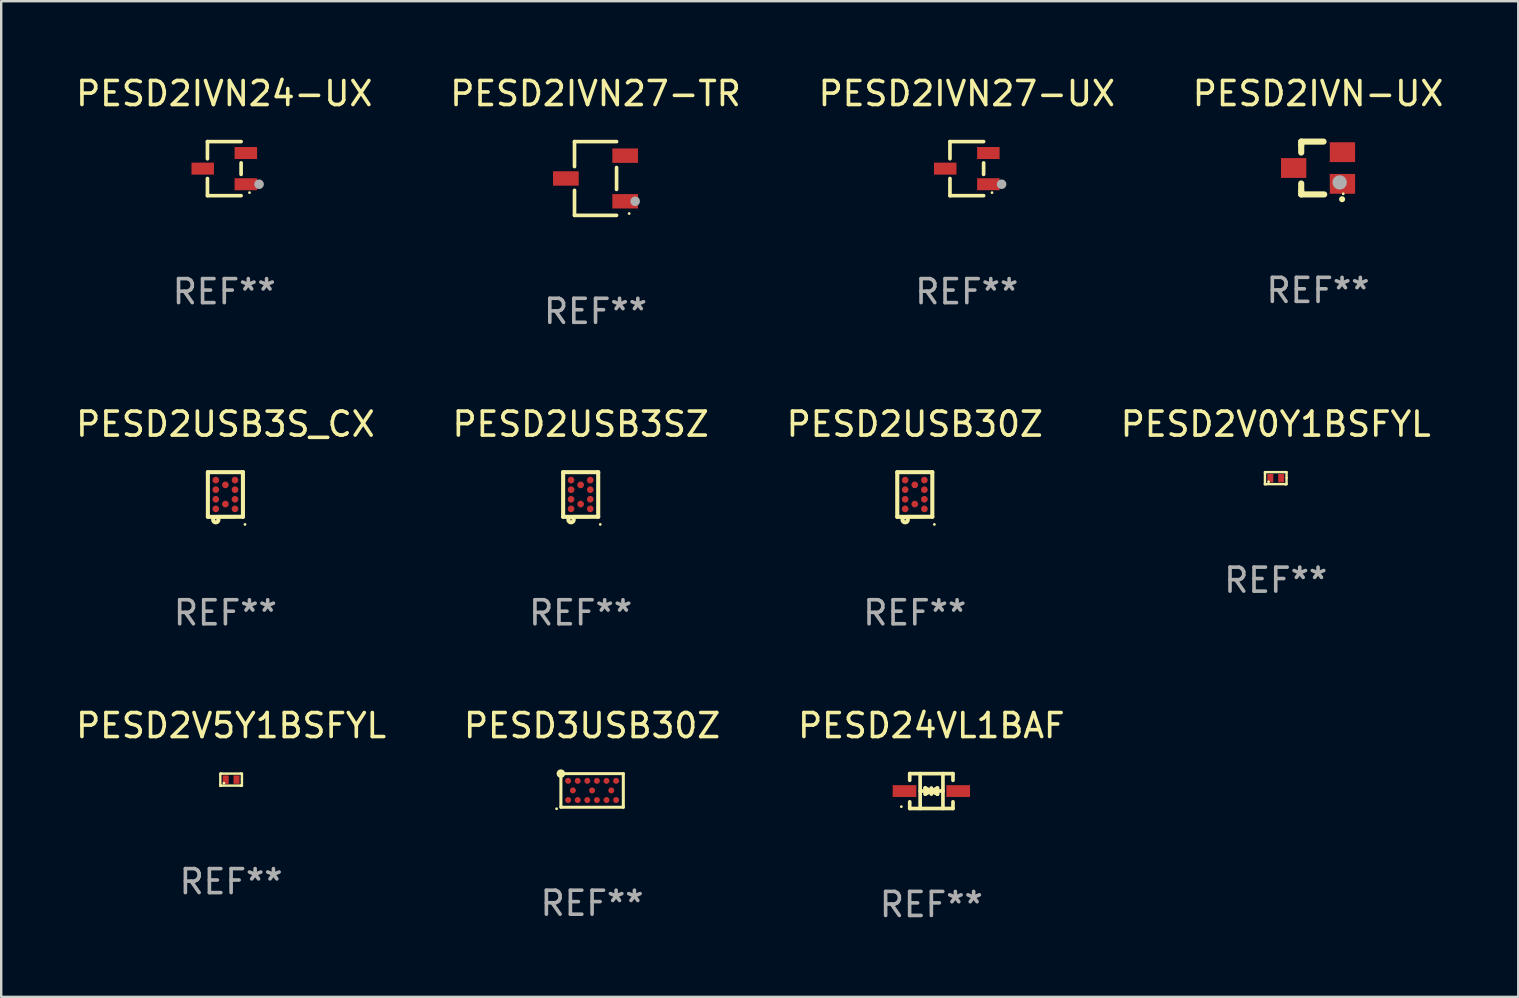
<source format=kicad_pcb>
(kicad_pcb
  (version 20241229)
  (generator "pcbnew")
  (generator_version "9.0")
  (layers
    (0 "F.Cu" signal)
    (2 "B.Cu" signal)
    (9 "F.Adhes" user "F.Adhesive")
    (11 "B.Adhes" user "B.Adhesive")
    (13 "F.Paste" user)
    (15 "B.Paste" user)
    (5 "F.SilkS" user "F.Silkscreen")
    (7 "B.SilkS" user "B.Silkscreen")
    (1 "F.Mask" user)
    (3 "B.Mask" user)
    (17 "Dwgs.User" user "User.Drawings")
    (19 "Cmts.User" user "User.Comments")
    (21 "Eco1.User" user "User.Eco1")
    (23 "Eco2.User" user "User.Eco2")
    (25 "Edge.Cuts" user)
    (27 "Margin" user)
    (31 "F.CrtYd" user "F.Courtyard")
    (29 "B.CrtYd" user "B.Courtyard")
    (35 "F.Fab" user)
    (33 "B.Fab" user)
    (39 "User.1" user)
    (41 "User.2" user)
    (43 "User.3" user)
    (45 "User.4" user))
  (footprint "PESD2USB30Z"
    (layer "F.Cu")
    (at 35.054 17.547)
    (property "Reference" "PESD2USB30Z" (at 0 -2.93 0) (layer "F.SilkS") (effects (font (size 1 1) (thickness 0.15))))
    (attr through_hole)
    (fp_line (start -0.731 -0.93) (end 0.731 -0.93) (stroke (width 0.17) (type solid)) (layer "F.SilkS"))
    (fp_line (start -0.73 0.93) (end -0.73 -0.93) (stroke (width 0.17) (type solid)) (layer "F.SilkS"))
    (fp_line (start 0.73 -0.93) (end 0.73 0.929) (stroke (width 0.17) (type solid)) (layer "F.SilkS"))
    (fp_line (start 0.73 0.929) (end -0.73 0.93) (stroke (width 0.17) (type solid)) (layer "F.SilkS"))
    (fp_circle (center -0.401 1.05) (end -0.289 1.05) (stroke (width 0.17) (type solid)) (fill no) (layer "F.SilkS"))
    (fp_circle (center 0.816 1.247) (end 0.846 1.247) (stroke (width 0.06) (type solid)) (fill no) (layer "F.SilkS"))
    (fp_text user "REF**" (at 0 4.93 0) (layer "F.Fab") (effects (font (size 1 1) (thickness 0.15))))
    (pad "A1" smd circle (at -0.401 0.6) (size 0.28 0.28) (layers "F.Cu" "F.Mask" "F.Paste"))
    (pad "A2" smd circle (at -0.401 0.2) (size 0.28 0.28) (layers "F.Cu" "F.Mask" "F.Paste"))
    (pad "A3" smd circle (at -0.401 -0.2) (size 0.28 0.28) (layers "F.Cu" "F.Mask" "F.Paste"))
    (pad "A4" smd circle (at -0.401 -0.6) (size 0.28 0.28) (layers "F.Cu" "F.Mask" "F.Paste"))
    (pad "B1" smd circle (at -0.000457 0.4) (size 0.28 0.28) (layers "F.Cu" "F.Mask" "F.Paste"))
    (pad "B2" smd circle (at -0.001 -0.4) (size 0.28 0.28) (layers "F.Cu" "F.Mask" "F.Paste"))
    (pad "C1" smd circle (at 0.4 0.6) (size 0.28 0.28) (layers "F.Cu" "F.Mask" "F.Paste"))
    (pad "C2" smd circle (at 0.4 0.2) (size 0.28 0.28) (layers "F.Cu" "F.Mask" "F.Paste"))
    (pad "C3" smd circle (at 0.4 -0.2) (size 0.28 0.28) (layers "F.Cu" "F.Mask" "F.Paste"))
    (pad "C4" smd circle (at 0.4 -0.6) (size 0.28 0.28) (layers "F.Cu" "F.Mask" "F.Paste")))
  (footprint "PESD2USB3SZ"
    (layer "F.Cu")
    (at 21.137 17.547)
    (property "Reference" "PESD2USB3SZ" (at 0 -2.93 0) (layer "F.SilkS") (effects (font (size 1 1) (thickness 0.15))))
    (attr through_hole)
    (fp_line (start -0.731 -0.93) (end 0.731 -0.93) (stroke (width 0.17) (type solid)) (layer "F.SilkS"))
    (fp_line (start -0.73 0.93) (end -0.73 -0.93) (stroke (width 0.17) (type solid)) (layer "F.SilkS"))
    (fp_line (start 0.73 -0.93) (end 0.73 0.929) (stroke (width 0.17) (type solid)) (layer "F.SilkS"))
    (fp_line (start 0.73 0.929) (end -0.73 0.93) (stroke (width 0.17) (type solid)) (layer "F.SilkS"))
    (fp_circle (center -0.401 1.05) (end -0.289 1.05) (stroke (width 0.17) (type solid)) (fill no) (layer "F.SilkS"))
    (fp_circle (center 0.816 1.247) (end 0.846 1.247) (stroke (width 0.06) (type solid)) (fill no) (layer "F.SilkS"))
    (fp_text user "REF**" (at 0 4.93 0) (layer "F.Fab") (effects (font (size 1 1) (thickness 0.15))))
    (pad "A1" smd circle (at -0.401 0.6) (size 0.28 0.28) (layers "F.Cu" "F.Mask" "F.Paste"))
    (pad "A2" smd circle (at -0.401 0.2) (size 0.28 0.28) (layers "F.Cu" "F.Mask" "F.Paste"))
    (pad "A3" smd circle (at -0.401 -0.2) (size 0.28 0.28) (layers "F.Cu" "F.Mask" "F.Paste"))
    (pad "A4" smd circle (at -0.401 -0.6) (size 0.28 0.28) (layers "F.Cu" "F.Mask" "F.Paste"))
    (pad "B1" smd circle (at -0.000457 0.4) (size 0.28 0.28) (layers "F.Cu" "F.Mask" "F.Paste"))
    (pad "B2" smd circle (at -0.001 -0.4) (size 0.28 0.28) (layers "F.Cu" "F.Mask" "F.Paste"))
    (pad "C1" smd circle (at 0.4 0.6) (size 0.28 0.28) (layers "F.Cu" "F.Mask" "F.Paste"))
    (pad "C2" smd circle (at 0.4 0.2) (size 0.28 0.28) (layers "F.Cu" "F.Mask" "F.Paste"))
    (pad "C3" smd circle (at 0.4 -0.2) (size 0.28 0.28) (layers "F.Cu" "F.Mask" "F.Paste"))
    (pad "C4" smd circle (at 0.4 -0.6) (size 0.28 0.28) (layers "F.Cu" "F.Mask" "F.Paste")))
  (footprint "PESD2IVN-UX"
    (layer "F.Cu")
    (at 51.851 3.948)
    (property "Reference" "PESD2IVN-UX" (at 0 -3.1 0) (layer "F.SilkS") (effects (font (size 1 1) (thickness 0.15))))
    (attr through_hole)
    (fp_line (start -0.701 -0.95) (end -0.701 -1.1) (stroke (width 0.254) (type solid)) (layer "F.SilkS"))
    (fp_line (start -0.701 -0.644) (end -0.701 -0.95) (stroke (width 0.254) (type solid)) (layer "F.SilkS"))
    (fp_line (start -0.701 0.95) (end -0.701 0.644) (stroke (width 0.254) (type solid)) (layer "F.SilkS"))
    (fp_line (start -0.701 0.95) (end -0.701 1.1) (stroke (width 0.254) (type solid)) (layer "F.SilkS"))
    (fp_line (start -0.7 -1.1) (end 0.23 -1.1) (stroke (width 0.254) (type solid)) (layer "F.SilkS"))
    (fp_line (start -0.7 1.1) (end 0.258 1.1) (stroke (width 0.254) (type solid)) (layer "F.SilkS"))
    (fp_arc (start 1 1.3) (mid 1.00127 1.299994) (end 1.00254 1.3) (stroke (width 0.24892) (type solid)) (layer "F.SilkS"))
    (fp_circle (center 1.05 1.075) (end 1.08 1.075) (stroke (width 0.06) (type solid)) (fill no) (layer "F.SilkS"))
    (fp_circle (center 0.9 0.6) (end 1.05 0.6) (stroke (width 0.3) (type solid)) (fill no) (layer "F.Fab"))
    (fp_text user "REF**" (at 0 5.1 0) (layer "F.Fab") (effects (font (size 1 1) (thickness 0.15))))
    (pad "1" smd rect (at 1.016 0.66) (size 1.054 0.826) (layers "F.Cu" "F.Mask" "F.Paste"))
    (pad "2" smd rect (at 1.016 -0.66) (size 1.054 0.826) (layers "F.Cu" "F.Mask" "F.Paste"))
    (pad "3" smd rect (at -1.016 0) (size 1.054 0.826) (layers "F.Cu" "F.Mask" "F.Paste")))
  (footprint "PESD2IVN24-UX"
    (layer "F.Cu")
    (at 6.292 3.974)
    (property "Reference" "PESD2IVN24-UX" (at 0 -3.126 0) (layer "F.SilkS") (effects (font (size 1 1) (thickness 0.15))))
    (attr through_hole)
    (fp_line (start -0.701 -1.126) (end -0.701 -0.411) (stroke (width 0.152) (type solid)) (layer "F.SilkS"))
    (fp_line (start -0.701 1.126) (end -0.701 0.411) (stroke (width 0.152) (type solid)) (layer "F.SilkS"))
    (fp_line (start 0.701 -1.126) (end -0.701 -1.126) (stroke (width 0.152) (type solid)) (layer "F.SilkS"))
    (fp_line (start 0.701 -0.239) (end 0.701 0.239) (stroke (width 0.152) (type solid)) (layer "F.SilkS"))
    (fp_line (start 0.701 1.126) (end -0.701 1.126) (stroke (width 0.152) (type solid)) (layer "F.SilkS"))
    (fp_circle (center 1.05 1) (end 1.08 1) (stroke (width 0.06) (type solid)) (fill no) (layer "F.SilkS"))
    (fp_circle (center 1.45 0.65) (end 1.55 0.65) (stroke (width 0.2) (type solid)) (fill no) (layer "F.Fab"))
    (fp_text user "REF**" (at 0 5.126 0) (layer "F.Fab") (effects (font (size 1 1) (thickness 0.15))))
    (pad "1" smd rect (at 0.898 0.65) (size 0.936 0.5) (layers "F.Cu" "F.Mask" "F.Paste"))
    (pad "2" smd rect (at 0.898 -0.65) (size 0.936 0.5) (layers "F.Cu" "F.Mask" "F.Paste"))
    (pad "3" smd rect (at -0.898 0) (size 0.936 0.5) (layers "F.Cu" "F.Mask" "F.Paste")))
  (footprint "PESD2V0Y1BSFYL"
    (layer "F.Cu")
    (at 50.089 16.867)
    (property "Reference" "PESD2V0Y1BSFYL" (at 0 -2.25 0) (layer "F.SilkS") (effects (font (size 1 1) (thickness 0.15))))
    (attr through_hole)
    (fp_line (start -0.45 -0.25) (end -0.45 0.25) (stroke (width 0.1) (type solid)) (layer "F.SilkS"))
    (fp_line (start -0.45 0.25) (end -0.45 0.25) (stroke (width 0.1) (type solid)) (layer "F.SilkS"))
    (fp_line (start -0.4 -0.25) (end -0.45 -0.25) (stroke (width 0.1) (type solid)) (layer "F.SilkS"))
    (fp_line (start -0.4 -0.25) (end 0.4 -0.25) (stroke (width 0.1) (type solid)) (layer "F.SilkS"))
    (fp_line (start -0.4 0.25) (end -0.45 0.25) (stroke (width 0.1) (type solid)) (layer "F.SilkS"))
    (fp_line (start -0.4 0.25) (end 0.4 0.25) (stroke (width 0.1) (type solid)) (layer "F.SilkS"))
    (fp_line (start 0.4 -0.25) (end 0.45 -0.25) (stroke (width 0.1) (type solid)) (layer "F.SilkS"))
    (fp_line (start 0.4 0.25) (end 0.4 0.25) (stroke (width 0.1) (type solid)) (layer "F.SilkS"))
    (fp_line (start 0.45 -0.25) (end 0.45 -0.018) (stroke (width 0.1) (type solid)) (layer "F.SilkS"))
    (fp_line (start 0.45 -0.018) (end 0.45 0.25) (stroke (width 0.1) (type solid)) (layer "F.SilkS"))
    (fp_line (start 0.45 0.25) (end 0.4 0.25) (stroke (width 0.1) (type solid)) (layer "F.SilkS"))
    (fp_circle (center -0.3 0.15) (end -0.27 0.15) (stroke (width 0.06) (type solid)) (fill no) (layer "F.SilkS"))
    (fp_text user "REF**" (at 0 4.25 0) (layer "F.Fab") (effects (font (size 1 1) (thickness 0.15))))
    (pad "1" smd rect (at -0.225 0) (size 0.25 0.35) (layers "F.Cu" "F.Mask" "F.Paste"))
    (pad "2" smd rect (at 0.225 0) (size 0.25 0.35) (layers "F.Cu" "F.Mask" "F.Paste")))
  (footprint "PESD2V5Y1BSFYL"
    (layer "F.Cu")
    (at 6.577 29.424)
    (property "Reference" "PESD2V5Y1BSFYL" (at 0 -2.25 0) (layer "F.SilkS") (effects (font (size 1 1) (thickness 0.15))))
    (attr through_hole)
    (fp_line (start -0.45 -0.25) (end -0.45 0.25) (stroke (width 0.1) (type solid)) (layer "F.SilkS"))
    (fp_line (start -0.45 0.25) (end -0.45 0.25) (stroke (width 0.1) (type solid)) (layer "F.SilkS"))
    (fp_line (start -0.4 -0.25) (end -0.45 -0.25) (stroke (width 0.1) (type solid)) (layer "F.SilkS"))
    (fp_line (start -0.4 -0.25) (end 0.4 -0.25) (stroke (width 0.1) (type solid)) (layer "F.SilkS"))
    (fp_line (start -0.4 0.25) (end -0.45 0.25) (stroke (width 0.1) (type solid)) (layer "F.SilkS"))
    (fp_line (start -0.4 0.25) (end 0.4 0.25) (stroke (width 0.1) (type solid)) (layer "F.SilkS"))
    (fp_line (start 0.4 -0.25) (end 0.45 -0.25) (stroke (width 0.1) (type solid)) (layer "F.SilkS"))
    (fp_line (start 0.4 0.25) (end 0.4 0.25) (stroke (width 0.1) (type solid)) (layer "F.SilkS"))
    (fp_line (start 0.45 -0.25) (end 0.45 -0.018) (stroke (width 0.1) (type solid)) (layer "F.SilkS"))
    (fp_line (start 0.45 -0.018) (end 0.45 0.25) (stroke (width 0.1) (type solid)) (layer "F.SilkS"))
    (fp_line (start 0.45 0.25) (end 0.4 0.25) (stroke (width 0.1) (type solid)) (layer "F.SilkS"))
    (fp_circle (center -0.3 0.15) (end -0.27 0.15) (stroke (width 0.06) (type solid)) (fill no) (layer "F.SilkS"))
    (fp_text user "REF**" (at 0 4.25 0) (layer "F.Fab") (effects (font (size 1 1) (thickness 0.15))))
    (pad "1" smd rect (at -0.225 0) (size 0.25 0.35) (layers "F.Cu" "F.Mask" "F.Paste"))
    (pad "2" smd rect (at 0.225 0) (size 0.25 0.35) (layers "F.Cu" "F.Mask" "F.Paste")))
  (footprint "PESD2IVN27-UX"
    (layer "F.Cu")
    (at 37.22 3.974)
    (property "Reference" "PESD2IVN27-UX" (at 0 -3.126 0) (layer "F.SilkS") (effects (font (size 1 1) (thickness 0.15))))
    (attr through_hole)
    (fp_line (start -0.701 -1.126) (end -0.701 -0.411) (stroke (width 0.152) (type solid)) (layer "F.SilkS"))
    (fp_line (start -0.701 1.126) (end -0.701 0.411) (stroke (width 0.152) (type solid)) (layer "F.SilkS"))
    (fp_line (start 0.701 -1.126) (end -0.701 -1.126) (stroke (width 0.152) (type solid)) (layer "F.SilkS"))
    (fp_line (start 0.701 -0.239) (end 0.701 0.239) (stroke (width 0.152) (type solid)) (layer "F.SilkS"))
    (fp_line (start 0.701 1.126) (end -0.701 1.126) (stroke (width 0.152) (type solid)) (layer "F.SilkS"))
    (fp_circle (center 1.05 1) (end 1.08 1) (stroke (width 0.06) (type solid)) (fill no) (layer "F.SilkS"))
    (fp_circle (center 1.45 0.65) (end 1.55 0.65) (stroke (width 0.2) (type solid)) (fill no) (layer "F.Fab"))
    (fp_text user "REF**" (at 0 5.126 0) (layer "F.Fab") (effects (font (size 1 1) (thickness 0.15))))
    (pad "1" smd rect (at 0.898 0.65) (size 0.936 0.5) (layers "F.Cu" "F.Mask" "F.Paste"))
    (pad "2" smd rect (at 0.898 -0.65) (size 0.936 0.5) (layers "F.Cu" "F.Mask" "F.Paste"))
    (pad "3" smd rect (at -0.898 0) (size 0.936 0.5) (layers "F.Cu" "F.Mask" "F.Paste")))
  (footprint "PESD24VL1BAF"
    (layer "F.Cu")
    (at 35.744 29.9)
    (property "Reference" "PESD24VL1BAF" (at 0 -2.726 0) (layer "F.SilkS") (effects (font (size 1 1) (thickness 0.15))))
    (attr through_hole)
    (fp_line (start -0.901 -0.726) (end -0.901 -0.448) (stroke (width 0.152) (type solid)) (layer "F.SilkS"))
    (fp_line (start -0.901 0.726) (end -0.901 0.448) (stroke (width 0.152) (type solid)) (layer "F.SilkS"))
    (fp_line (start -0.467 0) (end 0.483 -0.003) (stroke (width 0.154) (type solid)) (layer "F.SilkS"))
    (fp_line (start -0.467 0.726) (end -0.467 -0.726) (stroke (width 0.152) (type solid)) (layer "F.SilkS"))
    (fp_line (start -0.254 -0.127) (end -0.254 -0.127) (stroke (width 0.154) (type solid)) (layer "F.SilkS"))
    (fp_line (start -0.254 -0.127) (end -0.002 -0.003) (stroke (width 0.154) (type solid)) (layer "F.SilkS"))
    (fp_line (start -0.254 0.127) (end -0.254 -0.127) (stroke (width 0.154) (type solid)) (layer "F.SilkS"))
    (fp_line (start -0.127 0) (end 0.003 0) (stroke (width 0.154) (type solid)) (layer "F.SilkS"))
    (fp_line (start -0.003 0) (end -0.254 0.127) (stroke (width 0.154) (type solid)) (layer "F.SilkS"))
    (fp_line (start 0 -0.127) (end 0 0.127) (stroke (width 0.154) (type solid)) (layer "F.SilkS"))
    (fp_line (start 0.003 0) (end 0.254 -0.127) (stroke (width 0.154) (type solid)) (layer "F.SilkS"))
    (fp_line (start 0.127 0) (end -0.003 0) (stroke (width 0.154) (type solid)) (layer "F.SilkS"))
    (fp_line (start 0.254 -0.127) (end 0.254 0.127) (stroke (width 0.154) (type solid)) (layer "F.SilkS"))
    (fp_line (start 0.254 0.127) (end 0.002 0.003) (stroke (width 0.154) (type solid)) (layer "F.SilkS"))
    (fp_line (start 0.254 0.127) (end 0.254 0.127) (stroke (width 0.154) (type solid)) (layer "F.SilkS"))
    (fp_line (start 0.483 0.726) (end 0.483 -0.726) (stroke (width 0.152) (type solid)) (layer "F.SilkS"))
    (fp_line (start 0.901 -0.726) (end -0.901 -0.726) (stroke (width 0.152) (type solid)) (layer "F.SilkS"))
    (fp_line (start 0.901 -0.726) (end 0.901 -0.448) (stroke (width 0.152) (type solid)) (layer "F.SilkS"))
    (fp_line (start 0.901 0.726) (end -0.901 0.726) (stroke (width 0.152) (type solid)) (layer "F.SilkS"))
    (fp_line (start 0.901 0.726) (end 0.901 0.448) (stroke (width 0.152) (type solid)) (layer "F.SilkS"))
    (fp_circle (center -1.25 0.65) (end -1.22 0.65) (stroke (width 0.06) (type solid)) (fill no) (layer "F.SilkS"))
    (fp_text user "REF**" (at 0 4.726 0) (layer "F.Fab") (effects (font (size 1 1) (thickness 0.15))))
    (pad "1" smd rect (at -1.118 0) (size 0.985 0.49) (layers "F.Cu" "F.Mask" "F.Paste"))
    (pad "2" smd rect (at 1.118 0) (size 0.985 0.49) (layers "F.Cu" "F.Mask" "F.Paste")))
  (footprint "PESD2USB3S_CX"
    (layer "F.Cu")
    (at 6.339 17.547)
    (property "Reference" "PESD2USB3S_CX" (at 0 -2.93 0) (layer "F.SilkS") (effects (font (size 1 1) (thickness 0.15))))
    (attr through_hole)
    (fp_line (start -0.731 -0.93) (end 0.731 -0.93) (stroke (width 0.17) (type solid)) (layer "F.SilkS"))
    (fp_line (start -0.73 0.93) (end -0.73 -0.93) (stroke (width 0.17) (type solid)) (layer "F.SilkS"))
    (fp_line (start 0.73 -0.93) (end 0.73 0.929) (stroke (width 0.17) (type solid)) (layer "F.SilkS"))
    (fp_line (start 0.73 0.929) (end -0.73 0.93) (stroke (width 0.17) (type solid)) (layer "F.SilkS"))
    (fp_circle (center -0.401 1.05) (end -0.289 1.05) (stroke (width 0.17) (type solid)) (fill no) (layer "F.SilkS"))
    (fp_circle (center 0.816 1.247) (end 0.846 1.247) (stroke (width 0.06) (type solid)) (fill no) (layer "F.SilkS"))
    (fp_text user "REF**" (at 0 4.93 0) (layer "F.Fab") (effects (font (size 1 1) (thickness 0.15))))
    (pad "A1" smd circle (at -0.401 0.6) (size 0.28 0.28) (layers "F.Cu" "F.Mask" "F.Paste"))
    (pad "A2" smd circle (at -0.401 0.2) (size 0.28 0.28) (layers "F.Cu" "F.Mask" "F.Paste"))
    (pad "A3" smd circle (at -0.401 -0.2) (size 0.28 0.28) (layers "F.Cu" "F.Mask" "F.Paste"))
    (pad "A4" smd circle (at -0.401 -0.6) (size 0.28 0.28) (layers "F.Cu" "F.Mask" "F.Paste"))
    (pad "B1" smd circle (at -0.000457 0.4) (size 0.28 0.28) (layers "F.Cu" "F.Mask" "F.Paste"))
    (pad "B2" smd circle (at -0.001 -0.4) (size 0.28 0.28) (layers "F.Cu" "F.Mask" "F.Paste"))
    (pad "C1" smd circle (at 0.4 0.6) (size 0.28 0.28) (layers "F.Cu" "F.Mask" "F.Paste"))
    (pad "C2" smd circle (at 0.4 0.2) (size 0.28 0.28) (layers "F.Cu" "F.Mask" "F.Paste"))
    (pad "C3" smd circle (at 0.4 -0.2) (size 0.28 0.28) (layers "F.Cu" "F.Mask" "F.Paste"))
    (pad "C4" smd circle (at 0.4 -0.6) (size 0.28 0.28) (layers "F.Cu" "F.Mask" "F.Paste")))
  (footprint "PESD3USB30Z"
    (layer "F.Cu")
    (at 21.613 29.874)
    (property "Reference" "PESD3USB30Z" (at 0 -2.7 0) (layer "F.SilkS") (effects (font (size 1 1) (thickness 0.15))))
    (attr through_hole)
    (fp_line (start -1.3 -0.7) (end -1.3 0.7) (stroke (width 0.127) (type solid)) (layer "F.SilkS"))
    (fp_line (start -1.3 -0.7) (end 1.3 -0.7) (stroke (width 0.127) (type solid)) (layer "F.SilkS"))
    (fp_line (start -1.3 0.7) (end 1.3 0.7) (stroke (width 0.127) (type solid)) (layer "F.SilkS"))
    (fp_line (start 1.3 0.7) (end 1.3 -0.7) (stroke (width 0.127) (type solid)) (layer "F.SilkS"))
    (fp_circle (center -1.479 0.763) (end -1.449 0.763) (stroke (width 0.06) (type solid)) (fill no) (layer "F.SilkS"))
    (fp_circle (center -1.3 -0.7) (end -1.185 -0.7) (stroke (width 0.127) (type solid)) (fill no) (layer "F.SilkS"))
    (fp_text user "REF**" (at 0 4.7 0) (layer "F.Fab") (effects (font (size 1 1) (thickness 0.15))))
    (pad "A1" smd circle (at -1 -0.4) (size 0.25 0.25) (layers "F.Cu" "F.Mask" "F.Paste"))
    (pad "A2" smd circle (at -0.6 -0.4) (size 0.25 0.25) (layers "F.Cu" "F.Mask" "F.Paste"))
    (pad "A3" smd circle (at -0.2 -0.4) (size 0.25 0.25) (layers "F.Cu" "F.Mask" "F.Paste"))
    (pad "A4" smd circle (at 0.2 -0.4) (size 0.25 0.25) (layers "F.Cu" "F.Mask" "F.Paste"))
    (pad "A5" smd circle (at 0.6 -0.4) (size 0.25 0.25) (layers "F.Cu" "F.Mask" "F.Paste"))
    (pad "A6" smd circle (at 1 -0.4) (size 0.25 0.25) (layers "F.Cu" "F.Mask" "F.Paste"))
    (pad "B1" smd circle (at -0.8 -0.000025) (size 0.25 0.25) (layers "F.Cu" "F.Mask" "F.Paste"))
    (pad "B2" smd circle (at 0.000013 -0.000025) (size 0.25 0.25) (layers "F.Cu" "F.Mask" "F.Paste"))
    (pad "B3" smd circle (at 0.8 -0.000025) (size 0.25 0.25) (layers "F.Cu" "F.Mask" "F.Paste"))
    (pad "C1" smd circle (at -1 0.4) (size 0.25 0.25) (layers "F.Cu" "F.Mask" "F.Paste"))
    (pad "C2" smd circle (at -0.6 0.4) (size 0.25 0.25) (layers "F.Cu" "F.Mask" "F.Paste"))
    (pad "C3" smd circle (at -0.2 0.4) (size 0.25 0.25) (layers "F.Cu" "F.Mask" "F.Paste"))
    (pad "C4" smd circle (at 0.2 0.4) (size 0.25 0.25) (layers "F.Cu" "F.Mask" "F.Paste"))
    (pad "C5" smd circle (at 0.6 0.4) (size 0.25 0.25) (layers "F.Cu" "F.Mask" "F.Paste"))
    (pad "C6" smd circle (at 1 0.4) (size 0.25 0.25) (layers "F.Cu" "F.Mask" "F.Paste")))
  (footprint "PESD2IVN27-TR"
    (layer "F.Cu")
    (at 21.756 4.384)
    (property "Reference" "PESD2IVN27-TR" (at 0 -3.536 0) (layer "F.SilkS") (effects (font (size 1 1) (thickness 0.15))))
    (attr through_hole)
    (fp_line (start -0.876 -1.536) (end -0.876 -0.495) (stroke (width 0.152) (type solid)) (layer "F.SilkS"))
    (fp_line (start -0.876 1.536) (end -0.876 0.495) (stroke (width 0.152) (type solid)) (layer "F.SilkS"))
    (fp_line (start 0.876 -1.536) (end -0.876 -1.536) (stroke (width 0.152) (type solid)) (layer "F.SilkS"))
    (fp_line (start 0.876 -0.455) (end 0.876 0.455) (stroke (width 0.152) (type solid)) (layer "F.SilkS"))
    (fp_line (start 0.876 1.536) (end -0.876 1.536) (stroke (width 0.152) (type solid)) (layer "F.SilkS"))
    (fp_circle (center 1.4 1.46) (end 1.43 1.46) (stroke (width 0.06) (type solid)) (fill no) (layer "F.SilkS"))
    (fp_circle (center 1.651 0.95) (end 1.751 0.95) (stroke (width 0.2) (type solid)) (fill no) (layer "F.Fab"))
    (fp_text user "REF**" (at 0 5.536 0) (layer "F.Fab") (effects (font (size 1 1) (thickness 0.15))))
    (pad "1" smd rect (at 1.235 0.95) (size 1.07 0.6) (layers "F.Cu" "F.Mask" "F.Paste"))
    (pad "2" smd rect (at 1.235 -0.95) (size 1.07 0.6) (layers "F.Cu" "F.Mask" "F.Paste"))
    (pad "3" smd rect (at -1.235 0) (size 1.07 0.6) (layers "F.Cu" "F.Mask" "F.Paste")))
  (gr_rect
    (start -3 -3)
    (end 60.19 38.474)
    (stroke (width 0.1) (type default))
    (fill no)
    (layer "Edge.Cuts")))
</source>
